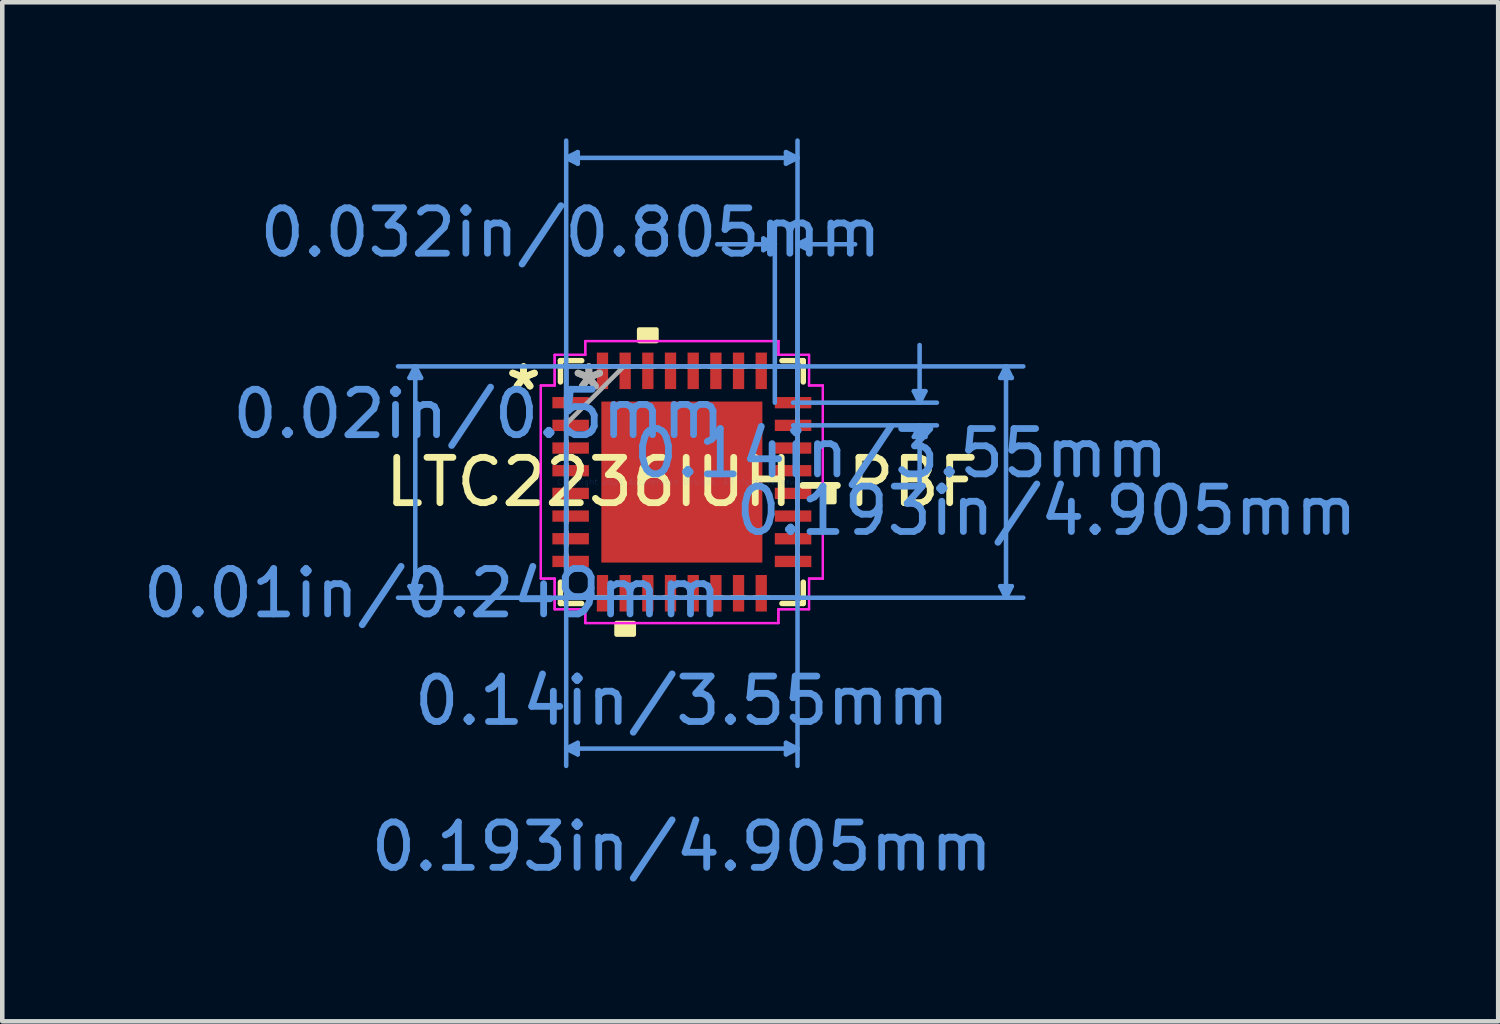
<source format=kicad_pcb>
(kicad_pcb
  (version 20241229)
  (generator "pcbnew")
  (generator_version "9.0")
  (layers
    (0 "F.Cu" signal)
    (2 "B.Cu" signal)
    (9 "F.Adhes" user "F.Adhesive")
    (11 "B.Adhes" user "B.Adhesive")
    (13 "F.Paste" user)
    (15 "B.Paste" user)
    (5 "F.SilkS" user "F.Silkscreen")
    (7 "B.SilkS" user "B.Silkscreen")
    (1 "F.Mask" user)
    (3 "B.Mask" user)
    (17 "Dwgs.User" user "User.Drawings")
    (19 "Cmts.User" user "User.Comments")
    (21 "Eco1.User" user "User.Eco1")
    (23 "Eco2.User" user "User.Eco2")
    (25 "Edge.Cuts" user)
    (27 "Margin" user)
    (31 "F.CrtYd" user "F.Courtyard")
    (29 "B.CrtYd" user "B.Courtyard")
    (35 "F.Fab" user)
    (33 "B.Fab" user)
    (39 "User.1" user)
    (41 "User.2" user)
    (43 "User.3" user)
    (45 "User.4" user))
  (footprint "LTC2236IUH-PBF"
    (layer "F.Cu")
    (at 11.983 7.578)
    (property "Reference" "LTC2236IUH-PBF" (at 0 0 0) (layer "F.SilkS") (effects (font (size 1 1) (thickness 0.15))))
    (attr through_hole)
    (fp_line (start -2.677 -2.677) (end -2.677 -2.207) (stroke (width 0.12) (type solid)) (layer "F.SilkS"))
    (fp_line (start -2.677 2.207) (end -2.677 2.677) (stroke (width 0.12) (type solid)) (layer "F.SilkS"))
    (fp_line (start -2.677 2.677) (end -2.207 2.677) (stroke (width 0.12) (type solid)) (layer "F.SilkS"))
    (fp_line (start -2.207 -2.677) (end -2.677 -2.677) (stroke (width 0.12) (type solid)) (layer "F.SilkS"))
    (fp_line (start 2.207 2.677) (end 2.677 2.677) (stroke (width 0.12) (type solid)) (layer "F.SilkS"))
    (fp_line (start 2.677 -2.677) (end 2.207 -2.677) (stroke (width 0.12) (type solid)) (layer "F.SilkS"))
    (fp_line (start 2.677 -2.207) (end 2.677 -2.677) (stroke (width 0.12) (type solid)) (layer "F.SilkS"))
    (fp_line (start 2.677 2.677) (end 2.677 2.207) (stroke (width 0.12) (type solid)) (layer "F.SilkS"))
    (fp_poly (pts (xy -1.44 3.109) (xy -1.44 3.363) (xy -1.06 3.363) (xy -1.06 3.109)) (stroke (width 0.1) (type solid)) (fill yes) (layer "F.SilkS"))
    (fp_poly (pts (xy -0.941 -3.109) (xy -0.941 -3.363) (xy -0.56 -3.363) (xy -0.56 -3.109)) (stroke (width 0.1) (type solid)) (fill yes) (layer "F.SilkS"))
    (fp_poly (pts (xy 3.363 0.059) (xy 3.363 0.441) (xy 3.109 0.441) (xy 3.109 0.059)) (stroke (width 0.1) (type solid)) (fill yes) (layer "F.SilkS"))
    (fp_poly (pts (xy -1.675 -1.675) (xy -1.675 -0.1) (xy -0.1 -0.1) (xy -0.1 -1.675)) (stroke (width 0.1) (type solid)) (fill yes) (layer "F.Paste"))
    (fp_poly (pts (xy -1.675 0.1) (xy -1.675 1.675) (xy -0.1 1.675) (xy -0.1 0.1)) (stroke (width 0.1) (type solid)) (fill yes) (layer "F.Paste"))
    (fp_poly (pts (xy 0.1 -1.675) (xy 0.1 -0.1) (xy 1.675 -0.1) (xy 1.675 -1.675)) (stroke (width 0.1) (type solid)) (fill yes) (layer "F.Paste"))
    (fp_poly (pts (xy 0.1 0.1) (xy 0.1 1.675) (xy 1.675 1.675) (xy 1.675 0.1)) (stroke (width 0.1) (type solid)) (fill yes) (layer "F.Paste"))
    (fp_line (start -6.004 -2.296) (end -5.75 -2.296) (stroke (width 0.1) (type solid)) (layer "Cmts.User"))
    (fp_line (start -6.004 2.296) (end -5.75 2.296) (stroke (width 0.1) (type solid)) (layer "Cmts.User"))
    (fp_line (start -5.877 -2.55) (end -6.004 -2.296) (stroke (width 0.1) (type solid)) (layer "Cmts.User"))
    (fp_line (start -5.877 -2.55) (end -5.877 2.55) (stroke (width 0.1) (type solid)) (layer "Cmts.User"))
    (fp_line (start -5.877 -2.55) (end -5.75 -2.296) (stroke (width 0.1) (type solid)) (layer "Cmts.User"))
    (fp_line (start -5.877 2.55) (end -6.004 2.296) (stroke (width 0.1) (type solid)) (layer "Cmts.User"))
    (fp_line (start -5.877 2.55) (end -5.75 2.296) (stroke (width 0.1) (type solid)) (layer "Cmts.User"))
    (fp_line (start -2.55 -7.147) (end -2.296 -7.274) (stroke (width 0.1) (type solid)) (layer "Cmts.User"))
    (fp_line (start -2.55 -7.147) (end -2.296 -7.02) (stroke (width 0.1) (type solid)) (layer "Cmts.User"))
    (fp_line (start -2.55 -7.147) (end 2.55 -7.147) (stroke (width 0.1) (type solid)) (layer "Cmts.User"))
    (fp_line (start -2.55 -2.55) (end -2.55 6.258) (stroke (width 0.1) (type solid)) (layer "Cmts.User"))
    (fp_line (start -2.55 -1.75) (end -2.55 -7.528) (stroke (width 0.1) (type solid)) (layer "Cmts.User"))
    (fp_line (start -2.55 5.877) (end -2.296 5.75) (stroke (width 0.1) (type solid)) (layer "Cmts.User"))
    (fp_line (start -2.55 5.877) (end -2.296 6.004) (stroke (width 0.1) (type solid)) (layer "Cmts.User"))
    (fp_line (start -2.55 5.877) (end 2.55 5.877) (stroke (width 0.1) (type solid)) (layer "Cmts.User"))
    (fp_line (start -2.296 -7.274) (end -2.296 -7.02) (stroke (width 0.1) (type solid)) (layer "Cmts.User"))
    (fp_line (start -2.296 5.75) (end -2.296 6.004) (stroke (width 0.1) (type solid)) (layer "Cmts.User"))
    (fp_line (start 1.75 -2.55) (end 7.528 -2.55) (stroke (width 0.1) (type solid)) (layer "Cmts.User"))
    (fp_line (start 1.75 2.55) (end 7.528 2.55) (stroke (width 0.1) (type solid)) (layer "Cmts.User"))
    (fp_line (start 1.796 -5.369) (end 1.796 -5.115) (stroke (width 0.1) (type solid)) (layer "Cmts.User"))
    (fp_line (start 2.05 -5.242) (end 0.78 -5.242) (stroke (width 0.1) (type solid)) (layer "Cmts.User"))
    (fp_line (start 2.05 -5.242) (end 1.796 -5.369) (stroke (width 0.1) (type solid)) (layer "Cmts.User"))
    (fp_line (start 2.05 -5.242) (end 1.796 -5.115) (stroke (width 0.1) (type solid)) (layer "Cmts.User"))
    (fp_line (start 2.05 -1.75) (end 2.05 -5.623) (stroke (width 0.1) (type solid)) (layer "Cmts.User"))
    (fp_line (start 2.296 -7.274) (end 2.296 -7.02) (stroke (width 0.1) (type solid)) (layer "Cmts.User"))
    (fp_line (start 2.296 5.75) (end 2.296 6.004) (stroke (width 0.1) (type solid)) (layer "Cmts.User"))
    (fp_line (start 2.452 -1.75) (end 5.623 -1.75) (stroke (width 0.1) (type solid)) (layer "Cmts.User"))
    (fp_line (start 2.452 -1.25) (end 5.623 -1.25) (stroke (width 0.1) (type solid)) (layer "Cmts.User"))
    (fp_line (start 2.55 -7.147) (end 2.296 -7.274) (stroke (width 0.1) (type solid)) (layer "Cmts.User"))
    (fp_line (start 2.55 -7.147) (end 2.296 -7.02) (stroke (width 0.1) (type solid)) (layer "Cmts.User"))
    (fp_line (start 2.55 -5.242) (end 2.804 -5.369) (stroke (width 0.1) (type solid)) (layer "Cmts.User"))
    (fp_line (start 2.55 -5.242) (end 2.804 -5.115) (stroke (width 0.1) (type solid)) (layer "Cmts.User"))
    (fp_line (start 2.55 -5.242) (end 3.82 -5.242) (stroke (width 0.1) (type solid)) (layer "Cmts.User"))
    (fp_line (start 2.55 -2.55) (end -6.258 -2.55) (stroke (width 0.1) (type solid)) (layer "Cmts.User"))
    (fp_line (start 2.55 -2.55) (end 2.55 6.258) (stroke (width 0.1) (type solid)) (layer "Cmts.User"))
    (fp_line (start 2.55 -1.75) (end 2.55 -7.528) (stroke (width 0.1) (type solid)) (layer "Cmts.User"))
    (fp_line (start 2.55 -1.75) (end 2.55 -5.623) (stroke (width 0.1) (type solid)) (layer "Cmts.User"))
    (fp_line (start 2.55 2.55) (end -6.258 2.55) (stroke (width 0.1) (type solid)) (layer "Cmts.User"))
    (fp_line (start 2.55 5.877) (end 2.296 5.75) (stroke (width 0.1) (type solid)) (layer "Cmts.User"))
    (fp_line (start 2.55 5.877) (end 2.296 6.004) (stroke (width 0.1) (type solid)) (layer "Cmts.User"))
    (fp_line (start 2.804 -5.369) (end 2.804 -5.115) (stroke (width 0.1) (type solid)) (layer "Cmts.User"))
    (fp_line (start 5.115 -2.004) (end 5.369 -2.004) (stroke (width 0.1) (type solid)) (layer "Cmts.User"))
    (fp_line (start 5.115 -0.996) (end 5.369 -0.996) (stroke (width 0.1) (type solid)) (layer "Cmts.User"))
    (fp_line (start 5.242 -1.75) (end 5.115 -2.004) (stroke (width 0.1) (type solid)) (layer "Cmts.User"))
    (fp_line (start 5.242 -1.75) (end 5.242 -3.02) (stroke (width 0.1) (type solid)) (layer "Cmts.User"))
    (fp_line (start 5.242 -1.75) (end 5.369 -2.004) (stroke (width 0.1) (type solid)) (layer "Cmts.User"))
    (fp_line (start 5.242 -1.25) (end 5.115 -0.996) (stroke (width 0.1) (type solid)) (layer "Cmts.User"))
    (fp_line (start 5.242 -1.25) (end 5.242 0.02) (stroke (width 0.1) (type solid)) (layer "Cmts.User"))
    (fp_line (start 5.242 -1.25) (end 5.369 -0.996) (stroke (width 0.1) (type solid)) (layer "Cmts.User"))
    (fp_line (start 7.02 -2.296) (end 7.274 -2.296) (stroke (width 0.1) (type solid)) (layer "Cmts.User"))
    (fp_line (start 7.02 2.296) (end 7.274 2.296) (stroke (width 0.1) (type solid)) (layer "Cmts.User"))
    (fp_line (start 7.147 -2.55) (end 7.02 -2.296) (stroke (width 0.1) (type solid)) (layer "Cmts.User"))
    (fp_line (start 7.147 -2.55) (end 7.147 2.55) (stroke (width 0.1) (type solid)) (layer "Cmts.User"))
    (fp_line (start 7.147 -2.55) (end 7.274 -2.296) (stroke (width 0.1) (type solid)) (layer "Cmts.User"))
    (fp_line (start 7.147 2.55) (end 7.02 2.296) (stroke (width 0.1) (type solid)) (layer "Cmts.User"))
    (fp_line (start 7.147 2.55) (end 7.274 2.296) (stroke (width 0.1) (type solid)) (layer "Cmts.User"))
    (fp_line (start -3.109 -2.129) (end -2.804 -2.129) (stroke (width 0.05) (type solid)) (layer "F.CrtYd"))
    (fp_line (start -3.109 -2.129) (end -2.804 -2.129) (stroke (width 0.05) (type solid)) (layer "F.CrtYd"))
    (fp_line (start -3.109 2.129) (end -3.109 -2.129) (stroke (width 0.05) (type solid)) (layer "F.CrtYd"))
    (fp_line (start -3.109 2.129) (end -3.109 -2.129) (stroke (width 0.05) (type solid)) (layer "F.CrtYd"))
    (fp_line (start -2.804 -2.804) (end -2.129 -2.804) (stroke (width 0.05) (type solid)) (layer "F.CrtYd"))
    (fp_line (start -2.804 -2.804) (end -2.129 -2.804) (stroke (width 0.05) (type solid)) (layer "F.CrtYd"))
    (fp_line (start -2.804 -2.129) (end -2.804 -2.804) (stroke (width 0.05) (type solid)) (layer "F.CrtYd"))
    (fp_line (start -2.804 -2.129) (end -2.804 -2.804) (stroke (width 0.05) (type solid)) (layer "F.CrtYd"))
    (fp_line (start -2.804 2.129) (end -3.109 2.129) (stroke (width 0.05) (type solid)) (layer "F.CrtYd"))
    (fp_line (start -2.804 2.129) (end -3.109 2.129) (stroke (width 0.05) (type solid)) (layer "F.CrtYd"))
    (fp_line (start -2.804 2.804) (end -2.804 2.129) (stroke (width 0.05) (type solid)) (layer "F.CrtYd"))
    (fp_line (start -2.804 2.804) (end -2.804 2.129) (stroke (width 0.05) (type solid)) (layer "F.CrtYd"))
    (fp_line (start -2.129 -3.109) (end 2.129 -3.109) (stroke (width 0.05) (type solid)) (layer "F.CrtYd"))
    (fp_line (start -2.129 -3.109) (end 2.129 -3.109) (stroke (width 0.05) (type solid)) (layer "F.CrtYd"))
    (fp_line (start -2.129 -2.804) (end -2.129 -3.109) (stroke (width 0.05) (type solid)) (layer "F.CrtYd"))
    (fp_line (start -2.129 -2.804) (end -2.129 -3.109) (stroke (width 0.05) (type solid)) (layer "F.CrtYd"))
    (fp_line (start -2.129 2.804) (end -2.804 2.804) (stroke (width 0.05) (type solid)) (layer "F.CrtYd"))
    (fp_line (start -2.129 2.804) (end -2.804 2.804) (stroke (width 0.05) (type solid)) (layer "F.CrtYd"))
    (fp_line (start -2.129 3.109) (end -2.129 2.804) (stroke (width 0.05) (type solid)) (layer "F.CrtYd"))
    (fp_line (start -2.129 3.109) (end -2.129 2.804) (stroke (width 0.05) (type solid)) (layer "F.CrtYd"))
    (fp_line (start 2.129 -3.109) (end 2.129 -2.804) (stroke (width 0.05) (type solid)) (layer "F.CrtYd"))
    (fp_line (start 2.129 -3.109) (end 2.129 -2.804) (stroke (width 0.05) (type solid)) (layer "F.CrtYd"))
    (fp_line (start 2.129 -2.804) (end 2.804 -2.804) (stroke (width 0.05) (type solid)) (layer "F.CrtYd"))
    (fp_line (start 2.129 -2.804) (end 2.804 -2.804) (stroke (width 0.05) (type solid)) (layer "F.CrtYd"))
    (fp_line (start 2.129 2.804) (end 2.129 3.109) (stroke (width 0.05) (type solid)) (layer "F.CrtYd"))
    (fp_line (start 2.129 2.804) (end 2.129 3.109) (stroke (width 0.05) (type solid)) (layer "F.CrtYd"))
    (fp_line (start 2.129 3.109) (end -2.129 3.109) (stroke (width 0.05) (type solid)) (layer "F.CrtYd"))
    (fp_line (start 2.129 3.109) (end -2.129 3.109) (stroke (width 0.05) (type solid)) (layer "F.CrtYd"))
    (fp_line (start 2.804 -2.804) (end 2.804 -2.129) (stroke (width 0.05) (type solid)) (layer "F.CrtYd"))
    (fp_line (start 2.804 -2.804) (end 2.804 -2.129) (stroke (width 0.05) (type solid)) (layer "F.CrtYd"))
    (fp_line (start 2.804 -2.129) (end 3.109 -2.129) (stroke (width 0.05) (type solid)) (layer "F.CrtYd"))
    (fp_line (start 2.804 -2.129) (end 3.109 -2.129) (stroke (width 0.05) (type solid)) (layer "F.CrtYd"))
    (fp_line (start 2.804 2.129) (end 2.804 2.804) (stroke (width 0.05) (type solid)) (layer "F.CrtYd"))
    (fp_line (start 2.804 2.129) (end 2.804 2.804) (stroke (width 0.05) (type solid)) (layer "F.CrtYd"))
    (fp_line (start 2.804 2.804) (end 2.129 2.804) (stroke (width 0.05) (type solid)) (layer "F.CrtYd"))
    (fp_line (start 2.804 2.804) (end 2.129 2.804) (stroke (width 0.05) (type solid)) (layer "F.CrtYd"))
    (fp_line (start 3.109 -2.129) (end 3.109 2.129) (stroke (width 0.05) (type solid)) (layer "F.CrtYd"))
    (fp_line (start 3.109 -2.129) (end 3.109 2.129) (stroke (width 0.05) (type solid)) (layer "F.CrtYd"))
    (fp_line (start 3.109 2.129) (end 2.804 2.129) (stroke (width 0.05) (type solid)) (layer "F.CrtYd"))
    (fp_line (start 3.109 2.129) (end 2.804 2.129) (stroke (width 0.05) (type solid)) (layer "F.CrtYd"))
    (fp_line (start -2.55 -2.55) (end -2.55 -2.55) (stroke (width 0.1) (type solid)) (layer "F.Fab"))
    (fp_line (start -2.55 -2.55) (end -2.55 2.55) (stroke (width 0.1) (type solid)) (layer "F.Fab"))
    (fp_line (start -2.55 -1.9) (end -2.55 -1.9) (stroke (width 0.1) (type solid)) (layer "F.Fab"))
    (fp_line (start -2.55 -1.9) (end -2.55 -1.6) (stroke (width 0.1) (type solid)) (layer "F.Fab"))
    (fp_line (start -2.55 -1.6) (end -2.55 -1.9) (stroke (width 0.1) (type solid)) (layer "F.Fab"))
    (fp_line (start -2.55 -1.6) (end -2.55 -1.6) (stroke (width 0.1) (type solid)) (layer "F.Fab"))
    (fp_line (start -2.55 -1.4) (end -2.55 -1.4) (stroke (width 0.1) (type solid)) (layer "F.Fab"))
    (fp_line (start -2.55 -1.4) (end -2.55 -1.1) (stroke (width 0.1) (type solid)) (layer "F.Fab"))
    (fp_line (start -2.55 -1.28) (end -1.28 -2.55) (stroke (width 0.1) (type solid)) (layer "F.Fab"))
    (fp_line (start -2.55 -1.1) (end -2.55 -1.4) (stroke (width 0.1) (type solid)) (layer "F.Fab"))
    (fp_line (start -2.55 -1.1) (end -2.55 -1.1) (stroke (width 0.1) (type solid)) (layer "F.Fab"))
    (fp_line (start -2.55 -0.9) (end -2.55 -0.9) (stroke (width 0.1) (type solid)) (layer "F.Fab"))
    (fp_line (start -2.55 -0.9) (end -2.55 -0.6) (stroke (width 0.1) (type solid)) (layer "F.Fab"))
    (fp_line (start -2.55 -0.6) (end -2.55 -0.9) (stroke (width 0.1) (type solid)) (layer "F.Fab"))
    (fp_line (start -2.55 -0.6) (end -2.55 -0.6) (stroke (width 0.1) (type solid)) (layer "F.Fab"))
    (fp_line (start -2.55 -0.4) (end -2.55 -0.4) (stroke (width 0.1) (type solid)) (layer "F.Fab"))
    (fp_line (start -2.55 -0.4) (end -2.55 -0.1) (stroke (width 0.1) (type solid)) (layer "F.Fab"))
    (fp_line (start -2.55 -0.1) (end -2.55 -0.4) (stroke (width 0.1) (type solid)) (layer "F.Fab"))
    (fp_line (start -2.55 -0.1) (end -2.55 -0.1) (stroke (width 0.1) (type solid)) (layer "F.Fab"))
    (fp_line (start -2.55 0.1) (end -2.55 0.1) (stroke (width 0.1) (type solid)) (layer "F.Fab"))
    (fp_line (start -2.55 0.1) (end -2.55 0.4) (stroke (width 0.1) (type solid)) (layer "F.Fab"))
    (fp_line (start -2.55 0.4) (end -2.55 0.1) (stroke (width 0.1) (type solid)) (layer "F.Fab"))
    (fp_line (start -2.55 0.4) (end -2.55 0.4) (stroke (width 0.1) (type solid)) (layer "F.Fab"))
    (fp_line (start -2.55 0.6) (end -2.55 0.6) (stroke (width 0.1) (type solid)) (layer "F.Fab"))
    (fp_line (start -2.55 0.6) (end -2.55 0.9) (stroke (width 0.1) (type solid)) (layer "F.Fab"))
    (fp_line (start -2.55 0.9) (end -2.55 0.6) (stroke (width 0.1) (type solid)) (layer "F.Fab"))
    (fp_line (start -2.55 0.9) (end -2.55 0.9) (stroke (width 0.1) (type solid)) (layer "F.Fab"))
    (fp_line (start -2.55 1.1) (end -2.55 1.1) (stroke (width 0.1) (type solid)) (layer "F.Fab"))
    (fp_line (start -2.55 1.1) (end -2.55 1.4) (stroke (width 0.1) (type solid)) (layer "F.Fab"))
    (fp_line (start -2.55 1.4) (end -2.55 1.1) (stroke (width 0.1) (type solid)) (layer "F.Fab"))
    (fp_line (start -2.55 1.4) (end -2.55 1.4) (stroke (width 0.1) (type solid)) (layer "F.Fab"))
    (fp_line (start -2.55 1.6) (end -2.55 1.6) (stroke (width 0.1) (type solid)) (layer "F.Fab"))
    (fp_line (start -2.55 1.6) (end -2.55 1.9) (stroke (width 0.1) (type solid)) (layer "F.Fab"))
    (fp_line (start -2.55 1.9) (end -2.55 1.6) (stroke (width 0.1) (type solid)) (layer "F.Fab"))
    (fp_line (start -2.55 1.9) (end -2.55 1.9) (stroke (width 0.1) (type solid)) (layer "F.Fab"))
    (fp_line (start -2.55 2.55) (end -2.55 2.55) (stroke (width 0.1) (type solid)) (layer "F.Fab"))
    (fp_line (start -2.55 2.55) (end 2.55 2.55) (stroke (width 0.1) (type solid)) (layer "F.Fab"))
    (fp_line (start -1.9 -2.55) (end -1.9 -2.55) (stroke (width 0.1) (type solid)) (layer "F.Fab"))
    (fp_line (start -1.9 -2.55) (end -1.6 -2.55) (stroke (width 0.1) (type solid)) (layer "F.Fab"))
    (fp_line (start -1.9 2.55) (end -1.9 2.55) (stroke (width 0.1) (type solid)) (layer "F.Fab"))
    (fp_line (start -1.9 2.55) (end -1.6 2.55) (stroke (width 0.1) (type solid)) (layer "F.Fab"))
    (fp_line (start -1.6 -2.55) (end -1.9 -2.55) (stroke (width 0.1) (type solid)) (layer "F.Fab"))
    (fp_line (start -1.6 -2.55) (end -1.6 -2.55) (stroke (width 0.1) (type solid)) (layer "F.Fab"))
    (fp_line (start -1.6 2.55) (end -1.9 2.55) (stroke (width 0.1) (type solid)) (layer "F.Fab"))
    (fp_line (start -1.6 2.55) (end -1.6 2.55) (stroke (width 0.1) (type solid)) (layer "F.Fab"))
    (fp_line (start -1.4 -2.55) (end -1.4 -2.55) (stroke (width 0.1) (type solid)) (layer "F.Fab"))
    (fp_line (start -1.4 -2.55) (end -1.1 -2.55) (stroke (width 0.1) (type solid)) (layer "F.Fab"))
    (fp_line (start -1.4 2.55) (end -1.4 2.55) (stroke (width 0.1) (type solid)) (layer "F.Fab"))
    (fp_line (start -1.4 2.55) (end -1.1 2.55) (stroke (width 0.1) (type solid)) (layer "F.Fab"))
    (fp_line (start -1.1 -2.55) (end -1.4 -2.55) (stroke (width 0.1) (type solid)) (layer "F.Fab"))
    (fp_line (start -1.1 -2.55) (end -1.1 -2.55) (stroke (width 0.1) (type solid)) (layer "F.Fab"))
    (fp_line (start -1.1 2.55) (end -1.4 2.55) (stroke (width 0.1) (type solid)) (layer "F.Fab"))
    (fp_line (start -1.1 2.55) (end -1.1 2.55) (stroke (width 0.1) (type solid)) (layer "F.Fab"))
    (fp_line (start -0.9 -2.55) (end -0.9 -2.55) (stroke (width 0.1) (type solid)) (layer "F.Fab"))
    (fp_line (start -0.9 -2.55) (end -0.6 -2.55) (stroke (width 0.1) (type solid)) (layer "F.Fab"))
    (fp_line (start -0.9 2.55) (end -0.9 2.55) (stroke (width 0.1) (type solid)) (layer "F.Fab"))
    (fp_line (start -0.9 2.55) (end -0.6 2.55) (stroke (width 0.1) (type solid)) (layer "F.Fab"))
    (fp_line (start -0.6 -2.55) (end -0.9 -2.55) (stroke (width 0.1) (type solid)) (layer "F.Fab"))
    (fp_line (start -0.6 -2.55) (end -0.6 -2.55) (stroke (width 0.1) (type solid)) (layer "F.Fab"))
    (fp_line (start -0.6 2.55) (end -0.9 2.55) (stroke (width 0.1) (type solid)) (layer "F.Fab"))
    (fp_line (start -0.6 2.55) (end -0.6 2.55) (stroke (width 0.1) (type solid)) (layer "F.Fab"))
    (fp_line (start -0.4 -2.55) (end -0.4 -2.55) (stroke (width 0.1) (type solid)) (layer "F.Fab"))
    (fp_line (start -0.4 -2.55) (end -0.1 -2.55) (stroke (width 0.1) (type solid)) (layer "F.Fab"))
    (fp_line (start -0.4 2.55) (end -0.4 2.55) (stroke (width 0.1) (type solid)) (layer "F.Fab"))
    (fp_line (start -0.4 2.55) (end -0.1 2.55) (stroke (width 0.1) (type solid)) (layer "F.Fab"))
    (fp_line (start -0.1 -2.55) (end -0.4 -2.55) (stroke (width 0.1) (type solid)) (layer "F.Fab"))
    (fp_line (start -0.1 -2.55) (end -0.1 -2.55) (stroke (width 0.1) (type solid)) (layer "F.Fab"))
    (fp_line (start -0.1 2.55) (end -0.4 2.55) (stroke (width 0.1) (type solid)) (layer "F.Fab"))
    (fp_line (start -0.1 2.55) (end -0.1 2.55) (stroke (width 0.1) (type solid)) (layer "F.Fab"))
    (fp_line (start 0.1 -2.55) (end 0.1 -2.55) (stroke (width 0.1) (type solid)) (layer "F.Fab"))
    (fp_line (start 0.1 -2.55) (end 0.4 -2.55) (stroke (width 0.1) (type solid)) (layer "F.Fab"))
    (fp_line (start 0.1 2.55) (end 0.1 2.55) (stroke (width 0.1) (type solid)) (layer "F.Fab"))
    (fp_line (start 0.1 2.55) (end 0.4 2.55) (stroke (width 0.1) (type solid)) (layer "F.Fab"))
    (fp_line (start 0.4 -2.55) (end 0.1 -2.55) (stroke (width 0.1) (type solid)) (layer "F.Fab"))
    (fp_line (start 0.4 -2.55) (end 0.4 -2.55) (stroke (width 0.1) (type solid)) (layer "F.Fab"))
    (fp_line (start 0.4 2.55) (end 0.1 2.55) (stroke (width 0.1) (type solid)) (layer "F.Fab"))
    (fp_line (start 0.4 2.55) (end 0.4 2.55) (stroke (width 0.1) (type solid)) (layer "F.Fab"))
    (fp_line (start 0.6 -2.55) (end 0.6 -2.55) (stroke (width 0.1) (type solid)) (layer "F.Fab"))
    (fp_line (start 0.6 -2.55) (end 0.9 -2.55) (stroke (width 0.1) (type solid)) (layer "F.Fab"))
    (fp_line (start 0.6 2.55) (end 0.6 2.55) (stroke (width 0.1) (type solid)) (layer "F.Fab"))
    (fp_line (start 0.6 2.55) (end 0.9 2.55) (stroke (width 0.1) (type solid)) (layer "F.Fab"))
    (fp_line (start 0.9 -2.55) (end 0.6 -2.55) (stroke (width 0.1) (type solid)) (layer "F.Fab"))
    (fp_line (start 0.9 -2.55) (end 0.9 -2.55) (stroke (width 0.1) (type solid)) (layer "F.Fab"))
    (fp_line (start 0.9 2.55) (end 0.6 2.55) (stroke (width 0.1) (type solid)) (layer "F.Fab"))
    (fp_line (start 0.9 2.55) (end 0.9 2.55) (stroke (width 0.1) (type solid)) (layer "F.Fab"))
    (fp_line (start 1.1 -2.55) (end 1.1 -2.55) (stroke (width 0.1) (type solid)) (layer "F.Fab"))
    (fp_line (start 1.1 -2.55) (end 1.4 -2.55) (stroke (width 0.1) (type solid)) (layer "F.Fab"))
    (fp_line (start 1.1 2.55) (end 1.1 2.55) (stroke (width 0.1) (type solid)) (layer "F.Fab"))
    (fp_line (start 1.1 2.55) (end 1.4 2.55) (stroke (width 0.1) (type solid)) (layer "F.Fab"))
    (fp_line (start 1.4 -2.55) (end 1.1 -2.55) (stroke (width 0.1) (type solid)) (layer "F.Fab"))
    (fp_line (start 1.4 -2.55) (end 1.4 -2.55) (stroke (width 0.1) (type solid)) (layer "F.Fab"))
    (fp_line (start 1.4 2.55) (end 1.1 2.55) (stroke (width 0.1) (type solid)) (layer "F.Fab"))
    (fp_line (start 1.4 2.55) (end 1.4 2.55) (stroke (width 0.1) (type solid)) (layer "F.Fab"))
    (fp_line (start 1.6 -2.55) (end 1.6 -2.55) (stroke (width 0.1) (type solid)) (layer "F.Fab"))
    (fp_line (start 1.6 -2.55) (end 1.9 -2.55) (stroke (width 0.1) (type solid)) (layer "F.Fab"))
    (fp_line (start 1.6 2.55) (end 1.6 2.55) (stroke (width 0.1) (type solid)) (layer "F.Fab"))
    (fp_line (start 1.6 2.55) (end 1.9 2.55) (stroke (width 0.1) (type solid)) (layer "F.Fab"))
    (fp_line (start 1.9 -2.55) (end 1.6 -2.55) (stroke (width 0.1) (type solid)) (layer "F.Fab"))
    (fp_line (start 1.9 -2.55) (end 1.9 -2.55) (stroke (width 0.1) (type solid)) (layer "F.Fab"))
    (fp_line (start 1.9 2.55) (end 1.6 2.55) (stroke (width 0.1) (type solid)) (layer "F.Fab"))
    (fp_line (start 1.9 2.55) (end 1.9 2.55) (stroke (width 0.1) (type solid)) (layer "F.Fab"))
    (fp_line (start 2.55 -2.55) (end -2.55 -2.55) (stroke (width 0.1) (type solid)) (layer "F.Fab"))
    (fp_line (start 2.55 -2.55) (end 2.55 -2.55) (stroke (width 0.1) (type solid)) (layer "F.Fab"))
    (fp_line (start 2.55 -1.9) (end 2.55 -1.9) (stroke (width 0.1) (type solid)) (layer "F.Fab"))
    (fp_line (start 2.55 -1.9) (end 2.55 -1.6) (stroke (width 0.1) (type solid)) (layer "F.Fab"))
    (fp_line (start 2.55 -1.6) (end 2.55 -1.9) (stroke (width 0.1) (type solid)) (layer "F.Fab"))
    (fp_line (start 2.55 -1.6) (end 2.55 -1.6) (stroke (width 0.1) (type solid)) (layer "F.Fab"))
    (fp_line (start 2.55 -1.4) (end 2.55 -1.4) (stroke (width 0.1) (type solid)) (layer "F.Fab"))
    (fp_line (start 2.55 -1.4) (end 2.55 -1.1) (stroke (width 0.1) (type solid)) (layer "F.Fab"))
    (fp_line (start 2.55 -1.1) (end 2.55 -1.4) (stroke (width 0.1) (type solid)) (layer "F.Fab"))
    (fp_line (start 2.55 -1.1) (end 2.55 -1.1) (stroke (width 0.1) (type solid)) (layer "F.Fab"))
    (fp_line (start 2.55 -0.9) (end 2.55 -0.9) (stroke (width 0.1) (type solid)) (layer "F.Fab"))
    (fp_line (start 2.55 -0.9) (end 2.55 -0.6) (stroke (width 0.1) (type solid)) (layer "F.Fab"))
    (fp_line (start 2.55 -0.6) (end 2.55 -0.9) (stroke (width 0.1) (type solid)) (layer "F.Fab"))
    (fp_line (start 2.55 -0.6) (end 2.55 -0.6) (stroke (width 0.1) (type solid)) (layer "F.Fab"))
    (fp_line (start 2.55 -0.4) (end 2.55 -0.4) (stroke (width 0.1) (type solid)) (layer "F.Fab"))
    (fp_line (start 2.55 -0.4) (end 2.55 -0.1) (stroke (width 0.1) (type solid)) (layer "F.Fab"))
    (fp_line (start 2.55 -0.1) (end 2.55 -0.4) (stroke (width 0.1) (type solid)) (layer "F.Fab"))
    (fp_line (start 2.55 -0.1) (end 2.55 -0.1) (stroke (width 0.1) (type solid)) (layer "F.Fab"))
    (fp_line (start 2.55 0.1) (end 2.55 0.1) (stroke (width 0.1) (type solid)) (layer "F.Fab"))
    (fp_line (start 2.55 0.1) (end 2.55 0.4) (stroke (width 0.1) (type solid)) (layer "F.Fab"))
    (fp_line (start 2.55 0.4) (end 2.55 0.1) (stroke (width 0.1) (type solid)) (layer "F.Fab"))
    (fp_line (start 2.55 0.4) (end 2.55 0.4) (stroke (width 0.1) (type solid)) (layer "F.Fab"))
    (fp_line (start 2.55 0.6) (end 2.55 0.6) (stroke (width 0.1) (type solid)) (layer "F.Fab"))
    (fp_line (start 2.55 0.6) (end 2.55 0.9) (stroke (width 0.1) (type solid)) (layer "F.Fab"))
    (fp_line (start 2.55 0.9) (end 2.55 0.6) (stroke (width 0.1) (type solid)) (layer "F.Fab"))
    (fp_line (start 2.55 0.9) (end 2.55 0.9) (stroke (width 0.1) (type solid)) (layer "F.Fab"))
    (fp_line (start 2.55 1.1) (end 2.55 1.1) (stroke (width 0.1) (type solid)) (layer "F.Fab"))
    (fp_line (start 2.55 1.1) (end 2.55 1.4) (stroke (width 0.1) (type solid)) (layer "F.Fab"))
    (fp_line (start 2.55 1.4) (end 2.55 1.1) (stroke (width 0.1) (type solid)) (layer "F.Fab"))
    (fp_line (start 2.55 1.4) (end 2.55 1.4) (stroke (width 0.1) (type solid)) (layer "F.Fab"))
    (fp_line (start 2.55 1.6) (end 2.55 1.6) (stroke (width 0.1) (type solid)) (layer "F.Fab"))
    (fp_line (start 2.55 1.6) (end 2.55 1.9) (stroke (width 0.1) (type solid)) (layer "F.Fab"))
    (fp_line (start 2.55 1.9) (end 2.55 1.6) (stroke (width 0.1) (type solid)) (layer "F.Fab"))
    (fp_line (start 2.55 1.9) (end 2.55 1.9) (stroke (width 0.1) (type solid)) (layer "F.Fab"))
    (fp_line (start 2.55 2.55) (end 2.55 -2.55) (stroke (width 0.1) (type solid)) (layer "F.Fab"))
    (fp_line (start 2.55 2.55) (end 2.55 2.55) (stroke (width 0.1) (type solid)) (layer "F.Fab"))
    (fp_text user "*" (at -3.49 -2 0) (layer "F.SilkS") (effects (font (size 1 1) (thickness 0.15))))
    (fp_text user "*" (at -3.49 -2 0) (layer "F.SilkS") (effects (font (size 1 1) (thickness 0.15))))
    (fp_text user "0.02in/0.5mm" (at -4.48 -1.5 0) (layer "Cmts.User") (effects (font (size 1 1) (thickness 0.15))))
    (fp_text user "0.193in/4.905mm" (at 0 8.04 0) (layer "Cmts.User") (effects (font (size 1 1) (thickness 0.15))))
    (fp_text user "0.14in/3.55mm" (at 0 4.823 0) (layer "Cmts.User") (effects (font (size 1 1) (thickness 0.15))))
    (fp_text user "0.193in/4.905mm" (at 8.04 0.635 0) (layer "Cmts.User") (effects (font (size 1 1) (thickness 0.15))))
    (fp_text user "0.01in/0.249mm" (at -5.5 2.452 0) (layer "Cmts.User") (effects (font (size 1 1) (thickness 0.15))))
    (fp_text user "0.14in/3.55mm" (at 4.823 -0.635 0) (layer "Cmts.User") (effects (font (size 1 1) (thickness 0.15))))
    (fp_text user "Copyright 2021 Accelerated Designs. All rights reserved." (at 0 0 0) (layer "Cmts.User") (effects (font (size 0.127 0.127) (thickness 0.002))))
    (fp_text user "0.032in/0.805mm" (at -2.452 -5.5 0) (layer "Cmts.User") (effects (font (size 1 1) (thickness 0.15))))
    (fp_text user "*" (at -2.05 -2 0) (layer "F.Fab") (effects (font (size 1 1) (thickness 0.15))))
    (fp_text user "*" (at -2.05 -2 0) (layer "F.Fab") (effects (font (size 1 1) (thickness 0.15))))
    (pad "1" smd rect (at -2.452 -1.75 90) (size 0.249 0.805) (layers "F.Cu" "F.Mask" "F.Paste"))
    (pad "2" smd rect (at -2.452 -1.25 90) (size 0.249 0.805) (layers "F.Cu" "F.Mask" "F.Paste"))
    (pad "3" smd rect (at -2.452 -0.75 90) (size 0.249 0.805) (layers "F.Cu" "F.Mask" "F.Paste"))
    (pad "4" smd rect (at -2.452 -0.25 90) (size 0.249 0.805) (layers "F.Cu" "F.Mask" "F.Paste"))
    (pad "5" smd rect (at -2.452 0.25 90) (size 0.249 0.805) (layers "F.Cu" "F.Mask" "F.Paste"))
    (pad "6" smd rect (at -2.452 0.75 90) (size 0.249 0.805) (layers "F.Cu" "F.Mask" "F.Paste"))
    (pad "7" smd rect (at -2.452 1.25 90) (size 0.249 0.805) (layers "F.Cu" "F.Mask" "F.Paste"))
    (pad "8" smd rect (at -2.452 1.75 90) (size 0.249 0.805) (layers "F.Cu" "F.Mask" "F.Paste"))
    (pad "9" smd rect (at -1.75 2.452) (size 0.249 0.805) (layers "F.Cu" "F.Mask" "F.Paste"))
    (pad "10" smd rect (at -1.25 2.452) (size 0.249 0.805) (layers "F.Cu" "F.Mask" "F.Paste"))
    (pad "11" smd rect (at -0.75 2.452) (size 0.249 0.805) (layers "F.Cu" "F.Mask" "F.Paste"))
    (pad "12" smd rect (at -0.25 2.452) (size 0.249 0.805) (layers "F.Cu" "F.Mask" "F.Paste"))
    (pad "13" smd rect (at 0.25 2.452) (size 0.249 0.805) (layers "F.Cu" "F.Mask" "F.Paste"))
    (pad "14" smd rect (at 0.75 2.452) (size 0.249 0.805) (layers "F.Cu" "F.Mask" "F.Paste"))
    (pad "15" smd rect (at 1.25 2.452) (size 0.249 0.805) (layers "F.Cu" "F.Mask" "F.Paste"))
    (pad "16" smd rect (at 1.75 2.452) (size 0.249 0.805) (layers "F.Cu" "F.Mask" "F.Paste"))
    (pad "17" smd rect (at 2.452 1.75 90) (size 0.249 0.805) (layers "F.Cu" "F.Mask" "F.Paste"))
    (pad "18" smd rect (at 2.452 1.25 90) (size 0.249 0.805) (layers "F.Cu" "F.Mask" "F.Paste"))
    (pad "19" smd rect (at 2.452 0.75 90) (size 0.249 0.805) (layers "F.Cu" "F.Mask" "F.Paste"))
    (pad "20" smd rect (at 2.452 0.25 90) (size 0.249 0.805) (layers "F.Cu" "F.Mask" "F.Paste"))
    (pad "21" smd rect (at 2.452 -0.25 90) (size 0.249 0.805) (layers "F.Cu" "F.Mask" "F.Paste"))
    (pad "22" smd rect (at 2.452 -0.75 90) (size 0.249 0.805) (layers "F.Cu" "F.Mask" "F.Paste"))
    (pad "23" smd rect (at 2.452 -1.25 90) (size 0.249 0.805) (layers "F.Cu" "F.Mask" "F.Paste"))
    (pad "24" smd rect (at 2.452 -1.75 90) (size 0.249 0.805) (layers "F.Cu" "F.Mask" "F.Paste"))
    (pad "25" smd rect (at 1.75 -2.452) (size 0.249 0.805) (layers "F.Cu" "F.Mask" "F.Paste"))
    (pad "26" smd rect (at 1.25 -2.452) (size 0.249 0.805) (layers "F.Cu" "F.Mask" "F.Paste"))
    (pad "27" smd rect (at 0.75 -2.452) (size 0.249 0.805) (layers "F.Cu" "F.Mask" "F.Paste"))
    (pad "28" smd rect (at 0.25 -2.452) (size 0.249 0.805) (layers "F.Cu" "F.Mask" "F.Paste"))
    (pad "29" smd rect (at -0.25 -2.452) (size 0.249 0.805) (layers "F.Cu" "F.Mask" "F.Paste"))
    (pad "30" smd rect (at -0.75 -2.452) (size 0.249 0.805) (layers "F.Cu" "F.Mask" "F.Paste"))
    (pad "31" smd rect (at -1.25 -2.452) (size 0.249 0.805) (layers "F.Cu" "F.Mask" "F.Paste"))
    (pad "32" smd rect (at -1.75 -2.452) (size 0.249 0.805) (layers "F.Cu" "F.Mask" "F.Paste"))
    (pad "33" smd rect (at 0 0) (size 3.55 3.55) (layers "F.Cu" "F.Mask")))
  (gr_rect
    (start -3 -3)
    (end 29.981 19.467)
    (stroke (width 0.1) (type default))
    (fill no)
    (layer "Edge.Cuts")))
</source>
